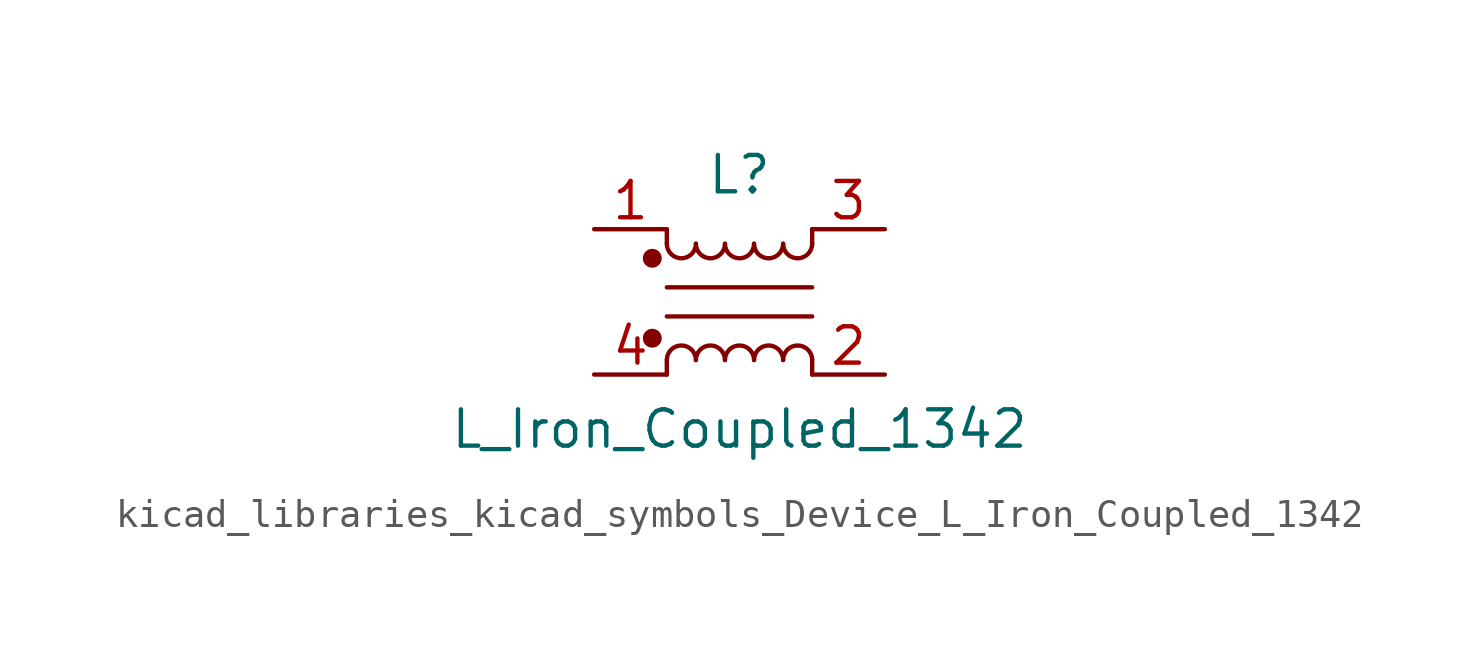
<source format=kicad_sym>
(kicad_symbol_lib
  (version 20220914)
  (generator kicad_symbol_editor)
  (symbol "kicad_libraries_kicad_symbols_Device_L_Iron_Coupled_1342"
    (pin_names
      (offset 0.254) hide)
    (property "Reference" "L"
      (at 0 4.445 0)
      (effects (font (size 1.27 1.27))))
    (property "Value" "L_Iron_Coupled_1342"
      (at 0 -4.445 0)
      (effects (font (size 1.27 1.27))))
    (symbol "kicad_libraries_kicad_symbols_Device_L_Iron_Coupled_1342_0_1"
      (circle (center -3.048 -1.27) (radius 0.254) (stroke (width 0) (type default)) (fill (type outline)))
      (circle (center -3.048 1.524) (radius 0.254) (stroke (width 0) (type default)) (fill (type outline)))
      (arc (start -2.54 2.032) (mid -2.032 1.5262) (end -1.524 2.032) (stroke (width 0) (type default)) (fill (type none)))
      (arc (start -1.524 -2.032) (mid -2.032 -1.5262) (end -2.54 -2.032) (stroke (width 0) (type default)) (fill (type none)))
      (arc (start -1.524 2.032) (mid -1.016 1.5262) (end -0.508 2.032) (stroke (width 0) (type default)) (fill (type none)))
      (arc (start -0.508 -2.032) (mid -1.016 -1.5262) (end -1.524 -2.032) (stroke (width 0) (type default)) (fill (type none)))
      (arc (start -0.508 2.032) (mid 0 1.5262) (end 0.508 2.032) (stroke (width 0) (type default)) (fill (type none)))
      (polyline (pts (xy -2.54 -2.032) (xy -2.54 -2.54)) (stroke (width 0) (type default)) (fill (type none)))
      (polyline (pts (xy -2.54 0.508) (xy 2.54 0.508)) (stroke (width 0) (type default)) (fill (type none)))
      (polyline (pts (xy -2.54 2.032) (xy -2.54 2.54)) (stroke (width 0) (type default)) (fill (type none)))
      (polyline (pts (xy 2.54 -2.032) (xy 2.54 -2.54)) (stroke (width 0) (type default)) (fill (type none)))
      (polyline (pts (xy 2.54 -0.508) (xy -2.54 -0.508)) (stroke (width 0) (type default)) (fill (type none)))
      (polyline (pts (xy 2.54 2.54) (xy 2.54 2.032)) (stroke (width 0) (type default)) (fill (type none)))
      (arc (start 0.508 -2.032) (mid 0 -1.5262) (end -0.508 -2.032) (stroke (width 0) (type default)) (fill (type none)))
      (arc (start 0.508 2.032) (mid 1.016 1.5262) (end 1.524 2.032) (stroke (width 0) (type default)) (fill (type none)))
      (arc (start 1.524 -2.032) (mid 1.016 -1.5262) (end 0.508 -2.032) (stroke (width 0) (type default)) (fill (type none)))
      (arc (start 1.524 2.032) (mid 2.032 1.5262) (end 2.54 2.032) (stroke (width 0) (type default)) (fill (type none)))
      (arc (start 2.54 -2.032) (mid 2.032 -1.5262) (end 1.524 -2.032) (stroke (width 0) (type default)) (fill (type none))))
    (symbol "kicad_libraries_kicad_symbols_Device_L_Iron_Coupled_1342_1_1"
      (pin passive line (at -5.08 2.54 0) (length 2.54) (name "1" (effects (font (size 1.27 1.27)))) (number "1" (effects (font (size 1.27 1.27)))))
      (pin passive line (at 5.08 -2.54 180) (length 2.54) (name "2" (effects (font (size 1.27 1.27)))) (number "2" (effects (font (size 1.27 1.27)))))
      (pin passive line (at 5.08 2.54 180) (length 2.54) (name "3" (effects (font (size 1.27 1.27)))) (number "3" (effects (font (size 1.27 1.27)))))
      (pin passive line (at -5.08 -2.54 0) (length 2.54) (name "4" (effects (font (size 1.27 1.27)))) (number "4" (effects (font (size 1.27 1.27))))))))
</source>
